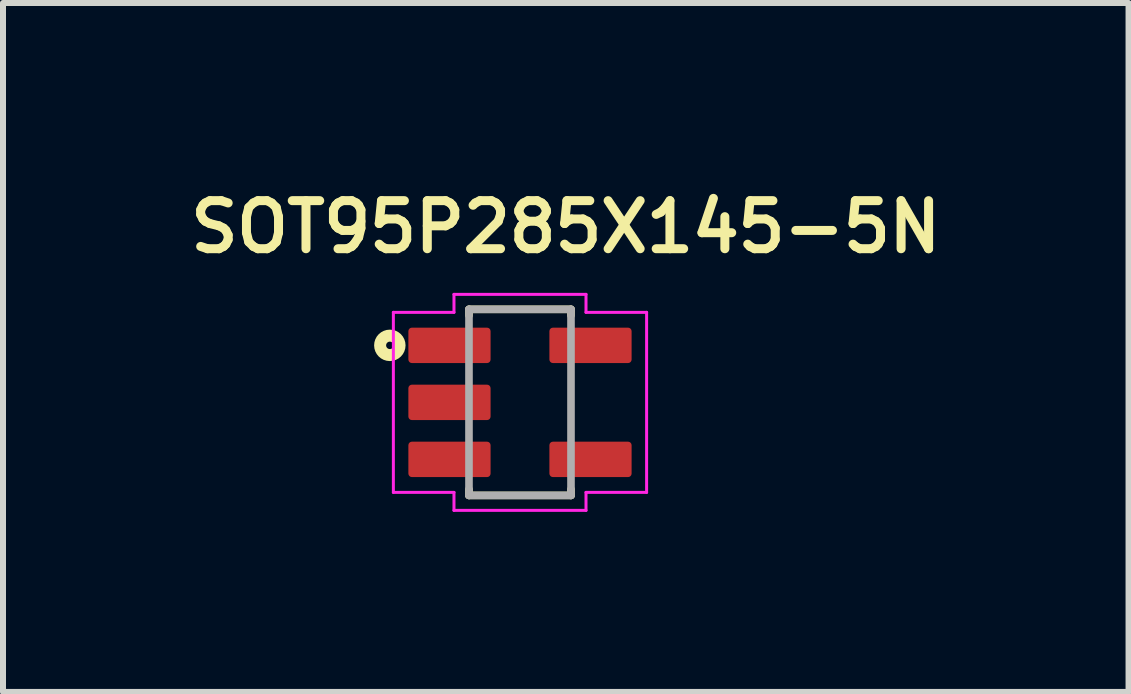
<source format=kicad_pcb>
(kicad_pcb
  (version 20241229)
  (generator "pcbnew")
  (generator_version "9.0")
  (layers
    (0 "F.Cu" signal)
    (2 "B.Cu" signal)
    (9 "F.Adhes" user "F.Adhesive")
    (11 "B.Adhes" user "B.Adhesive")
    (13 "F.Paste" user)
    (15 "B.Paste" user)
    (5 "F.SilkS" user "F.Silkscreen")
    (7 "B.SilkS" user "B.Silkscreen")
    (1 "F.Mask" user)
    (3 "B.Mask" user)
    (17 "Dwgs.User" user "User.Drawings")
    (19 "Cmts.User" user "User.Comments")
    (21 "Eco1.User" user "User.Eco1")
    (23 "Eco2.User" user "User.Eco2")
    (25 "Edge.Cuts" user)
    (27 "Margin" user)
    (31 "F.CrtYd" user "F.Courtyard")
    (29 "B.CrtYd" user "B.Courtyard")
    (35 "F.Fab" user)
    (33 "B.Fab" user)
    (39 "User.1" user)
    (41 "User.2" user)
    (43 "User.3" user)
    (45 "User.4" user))
  (footprint "SOT95P285X145-5N"
    (layer "F.Cu")
    (at 5.615 3.655)
    (property "Reference" "SOT95P285X145-5N" (at 0.763 -2.923 0) (layer "F.SilkS") (effects (font (size 0.801 0.801) (thickness 0.15))))
    (attr smd)
    (fp_line (start -0.85 -1.55) (end -0.85 -1.45) (stroke (width 0.127) (type solid)) (layer "F.SilkS"))
    (fp_line (start -0.85 1.55) (end -0.85 1.45) (stroke (width 0.127) (type solid)) (layer "F.SilkS"))
    (fp_line (start 0.85 -1.55) (end -0.85 -1.55) (stroke (width 0.127) (type solid)) (layer "F.SilkS"))
    (fp_line (start 0.85 -1.55) (end 0.85 -1.45) (stroke (width 0.127) (type solid)) (layer "F.SilkS"))
    (fp_line (start 0.85 1.55) (end -0.85 1.55) (stroke (width 0.127) (type solid)) (layer "F.SilkS"))
    (fp_line (start 0.85 1.55) (end 0.85 1.45) (stroke (width 0.127) (type solid)) (layer "F.SilkS"))
    (fp_circle (center -2.169 -0.95) (end -2.107 -0.95) (stroke (width 0.2) (type solid)) (fill no) (layer "F.SilkS"))
    (fp_line (start -2.11 -1.5) (end -2.11 1.5) (stroke (width 0.05) (type solid)) (layer "F.CrtYd"))
    (fp_line (start -2.11 1.5) (end -1.1 1.5) (stroke (width 0.05) (type solid)) (layer "F.CrtYd"))
    (fp_line (start -1.1 -1.8) (end -1.1 -1.5) (stroke (width 0.05) (type solid)) (layer "F.CrtYd"))
    (fp_line (start -1.1 -1.5) (end -2.11 -1.5) (stroke (width 0.05) (type solid)) (layer "F.CrtYd"))
    (fp_line (start -1.1 1.5) (end -1.1 1.8) (stroke (width 0.05) (type solid)) (layer "F.CrtYd"))
    (fp_line (start -1.1 1.8) (end 1.1 1.8) (stroke (width 0.05) (type solid)) (layer "F.CrtYd"))
    (fp_line (start 1.1 -1.8) (end -1.1 -1.8) (stroke (width 0.05) (type solid)) (layer "F.CrtYd"))
    (fp_line (start 1.1 -1.5) (end 1.1 -1.8) (stroke (width 0.05) (type solid)) (layer "F.CrtYd"))
    (fp_line (start 1.1 1.5) (end 2.11 1.5) (stroke (width 0.05) (type solid)) (layer "F.CrtYd"))
    (fp_line (start 1.1 1.8) (end 1.1 1.5) (stroke (width 0.05) (type solid)) (layer "F.CrtYd"))
    (fp_line (start 2.11 -1.5) (end 1.1 -1.5) (stroke (width 0.05) (type solid)) (layer "F.CrtYd"))
    (fp_line (start 2.11 1.5) (end 2.11 -1.5) (stroke (width 0.05) (type solid)) (layer "F.CrtYd"))
    (fp_line (start -0.85 -1.55) (end 0.85 -1.55) (stroke (width 0.127) (type solid)) (layer "F.Fab"))
    (fp_line (start -0.85 1.55) (end -0.85 -1.55) (stroke (width 0.127) (type solid)) (layer "F.Fab"))
    (fp_line (start 0.85 -1.55) (end 0.85 1.55) (stroke (width 0.127) (type solid)) (layer "F.Fab"))
    (fp_line (start 0.85 1.55) (end -0.85 1.55) (stroke (width 0.127) (type solid)) (layer "F.Fab"))
    (pad "1" smd roundrect (at -1.175 -0.95 270) (size 0.59 1.37) (layers "F.Cu" "F.Mask" "F.Paste") (roundrect_rratio 0.1))
    (pad "2" smd roundrect (at -1.175 0 270) (size 0.59 1.37) (layers "F.Cu" "F.Mask" "F.Paste") (roundrect_rratio 0.1))
    (pad "3" smd roundrect (at -1.175 0.95 270) (size 0.59 1.37) (layers "F.Cu" "F.Mask" "F.Paste") (roundrect_rratio 0.1))
    (pad "4" smd roundrect (at 1.175 0.95 270) (size 0.59 1.37) (layers "F.Cu" "F.Mask" "F.Paste") (roundrect_rratio 0.1))
    (pad "5" smd roundrect (at 1.175 -0.95 270) (size 0.59 1.37) (layers "F.Cu" "F.Mask" "F.Paste") (roundrect_rratio 0.1)))
  (gr_rect
    (start -3 -3)
    (end 15.756 8.48)
    (stroke (width 0.1) (type default))
    (fill no)
    (layer "Edge.Cuts")))
</source>
